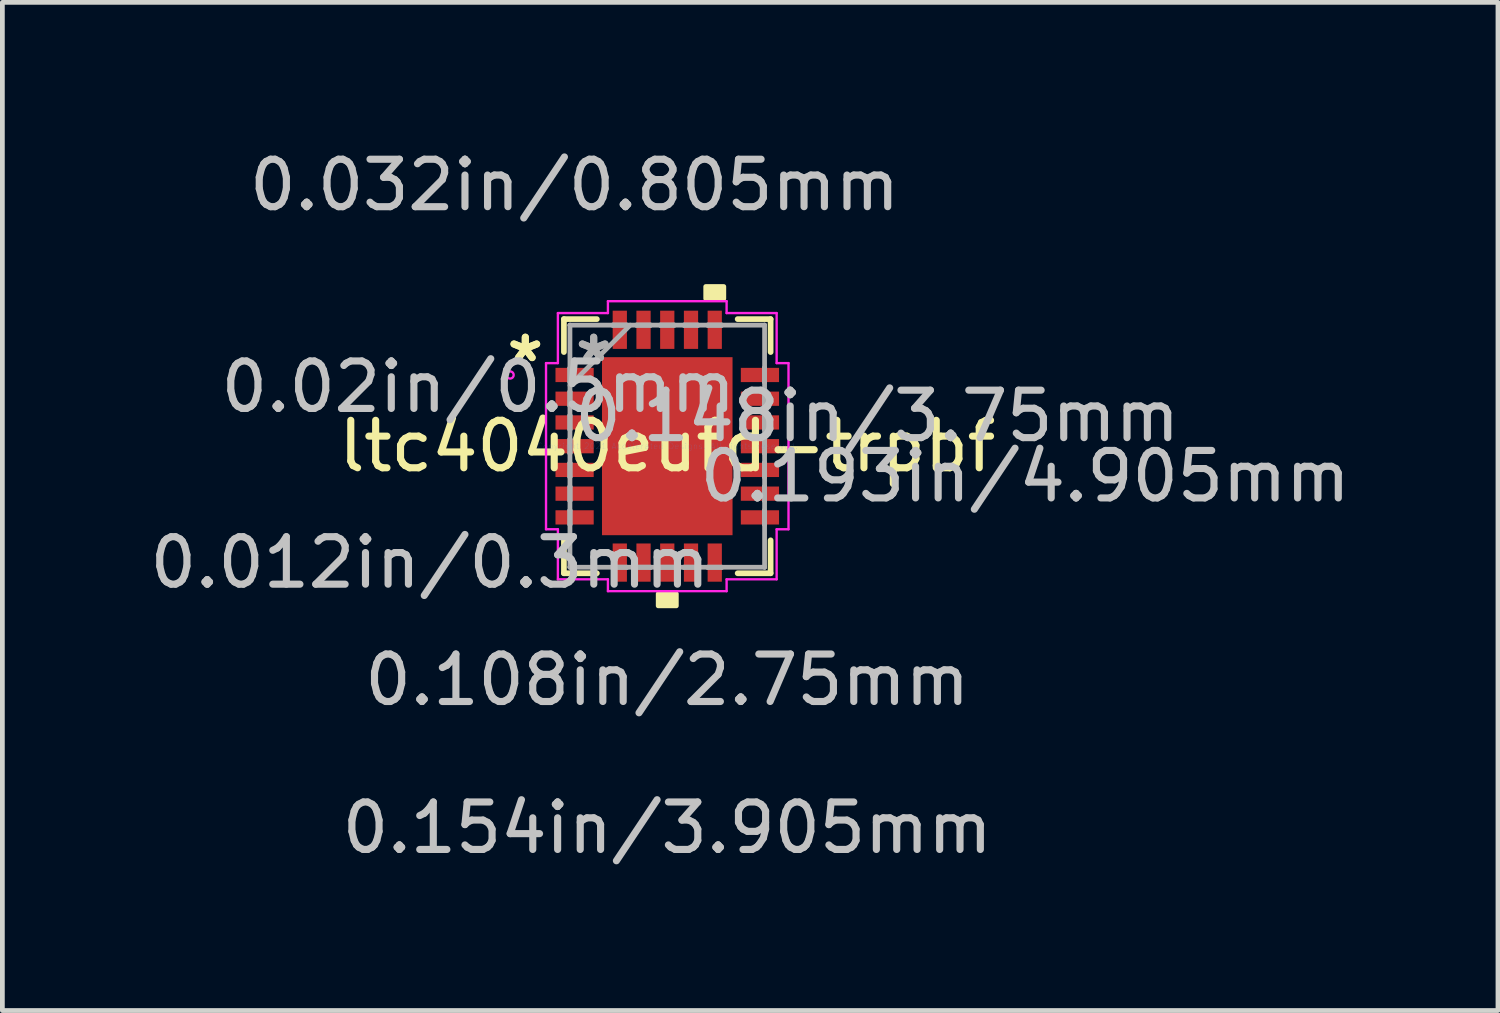
<source format=kicad_pcb>
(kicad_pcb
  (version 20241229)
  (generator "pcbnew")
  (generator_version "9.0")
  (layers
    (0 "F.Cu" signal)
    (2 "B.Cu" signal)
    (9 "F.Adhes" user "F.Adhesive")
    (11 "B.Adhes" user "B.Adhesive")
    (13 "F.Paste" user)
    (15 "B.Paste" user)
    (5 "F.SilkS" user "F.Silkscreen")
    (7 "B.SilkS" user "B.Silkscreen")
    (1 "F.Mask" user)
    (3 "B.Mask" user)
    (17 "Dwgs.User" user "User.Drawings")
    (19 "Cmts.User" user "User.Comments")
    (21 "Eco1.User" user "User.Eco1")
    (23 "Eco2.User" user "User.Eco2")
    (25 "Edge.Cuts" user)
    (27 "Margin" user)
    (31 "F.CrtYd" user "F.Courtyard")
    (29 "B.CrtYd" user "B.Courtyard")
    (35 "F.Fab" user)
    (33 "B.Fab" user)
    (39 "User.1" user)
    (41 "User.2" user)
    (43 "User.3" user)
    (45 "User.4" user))
  (footprint "ltc4040eufd-trpbf"
    (layer "F.Cu")
    (at 11.006 6.349)
    (property "Reference" "ltc4040eufd-trpbf" (at 0 0 0) (layer "F.SilkS") (effects (font (size 1 1) (thickness 0.15))))
    (attr through_hole)
    (fp_line (start -2.177 -2.677) (end -2.177 -1.983) (stroke (width 0.12) (type solid)) (layer "F.SilkS"))
    (fp_line (start -2.177 1.983) (end -2.177 2.677) (stroke (width 0.12) (type solid)) (layer "F.SilkS"))
    (fp_line (start -2.177 2.677) (end -1.483 2.677) (stroke (width 0.12) (type solid)) (layer "F.SilkS"))
    (fp_line (start -1.483 -2.677) (end -2.177 -2.677) (stroke (width 0.12) (type solid)) (layer "F.SilkS"))
    (fp_line (start 1.483 2.677) (end 2.177 2.677) (stroke (width 0.12) (type solid)) (layer "F.SilkS"))
    (fp_line (start 2.177 -2.677) (end 1.483 -2.677) (stroke (width 0.12) (type solid)) (layer "F.SilkS"))
    (fp_line (start 2.177 -1.983) (end 2.177 -2.677) (stroke (width 0.12) (type solid)) (layer "F.SilkS"))
    (fp_line (start 2.177 2.677) (end 2.177 1.983) (stroke (width 0.12) (type solid)) (layer "F.SilkS"))
    (fp_poly (pts (xy -0.191 3.109) (xy -0.191 3.363) (xy 0.191 3.363) (xy 0.191 3.109)) (stroke (width 0.1) (type solid)) (fill yes) (layer "F.SilkS"))
    (fp_poly (pts (xy 0.81 -3.109) (xy 0.81 -3.363) (xy 1.191 -3.363) (xy 1.191 -3.109)) (stroke (width 0.1) (type solid)) (fill yes) (layer "F.SilkS"))
    (fp_poly (pts (xy -1.275 -1.775) (xy -1.275 -0.1) (xy -0.1 -0.1) (xy -0.1 -1.775)) (stroke (width 0.1) (type solid)) (fill yes) (layer "F.Paste"))
    (fp_poly (pts (xy -1.275 0.1) (xy -1.275 1.775) (xy -0.1 1.775) (xy -0.1 0.1)) (stroke (width 0.1) (type solid)) (fill yes) (layer "F.Paste"))
    (fp_poly (pts (xy 0.1 -1.775) (xy 0.1 -0.1) (xy 1.275 -0.1) (xy 1.275 -1.775)) (stroke (width 0.1) (type solid)) (fill yes) (layer "F.Paste"))
    (fp_poly (pts (xy 0.1 0.1) (xy 0.1 1.775) (xy 1.275 1.775) (xy 1.275 0.1)) (stroke (width 0.1) (type solid)) (fill yes) (layer "F.Paste"))
    (fp_line (start -2.554 -1.75) (end -2.304 -1.75) (stroke (width 0.05) (type solid)) (layer "F.CrtYd"))
    (fp_line (start -2.554 1.75) (end -2.554 -1.75) (stroke (width 0.05) (type solid)) (layer "F.CrtYd"))
    (fp_line (start -2.304 -2.804) (end -1.25 -2.804) (stroke (width 0.05) (type solid)) (layer "F.CrtYd"))
    (fp_line (start -2.304 -1.75) (end -2.304 -2.804) (stroke (width 0.05) (type solid)) (layer "F.CrtYd"))
    (fp_line (start -2.304 1.75) (end -2.554 1.75) (stroke (width 0.05) (type solid)) (layer "F.CrtYd"))
    (fp_line (start -2.304 2.804) (end -2.304 1.75) (stroke (width 0.05) (type solid)) (layer "F.CrtYd"))
    (fp_line (start -1.25 -3.054) (end 1.25 -3.054) (stroke (width 0.05) (type solid)) (layer "F.CrtYd"))
    (fp_line (start -1.25 -2.804) (end -1.25 -3.054) (stroke (width 0.05) (type solid)) (layer "F.CrtYd"))
    (fp_line (start -1.25 2.804) (end -2.304 2.804) (stroke (width 0.05) (type solid)) (layer "F.CrtYd"))
    (fp_line (start -1.25 3.054) (end -1.25 2.804) (stroke (width 0.05) (type solid)) (layer "F.CrtYd"))
    (fp_line (start 1.25 -3.054) (end 1.25 -2.804) (stroke (width 0.05) (type solid)) (layer "F.CrtYd"))
    (fp_line (start 1.25 -2.804) (end 2.304 -2.804) (stroke (width 0.05) (type solid)) (layer "F.CrtYd"))
    (fp_line (start 1.25 2.804) (end 1.25 3.054) (stroke (width 0.05) (type solid)) (layer "F.CrtYd"))
    (fp_line (start 1.25 3.054) (end -1.25 3.054) (stroke (width 0.05) (type solid)) (layer "F.CrtYd"))
    (fp_line (start 2.304 -2.804) (end 2.304 -1.75) (stroke (width 0.05) (type solid)) (layer "F.CrtYd"))
    (fp_line (start 2.304 -1.75) (end 2.554 -1.75) (stroke (width 0.05) (type solid)) (layer "F.CrtYd"))
    (fp_line (start 2.304 1.75) (end 2.304 2.804) (stroke (width 0.05) (type solid)) (layer "F.CrtYd"))
    (fp_line (start 2.304 2.804) (end 1.25 2.804) (stroke (width 0.05) (type solid)) (layer "F.CrtYd"))
    (fp_line (start 2.554 -1.75) (end 2.554 1.75) (stroke (width 0.05) (type solid)) (layer "F.CrtYd"))
    (fp_line (start 2.554 1.75) (end 2.304 1.75) (stroke (width 0.05) (type solid)) (layer "F.CrtYd"))
    (fp_circle (center -3.311 -1.5) (end -3.235 -1.5) (stroke (width 0.05) (type solid)) (fill no) (layer "F.CrtYd"))
    (fp_line (start -2.05 -2.55) (end -2.05 -2.55) (stroke (width 0.1) (type solid)) (layer "F.Fab"))
    (fp_line (start -2.05 -2.55) (end -2.05 2.55) (stroke (width 0.1) (type solid)) (layer "F.Fab"))
    (fp_line (start -2.05 -1.65) (end -2.05 -1.65) (stroke (width 0.1) (type solid)) (layer "F.Fab"))
    (fp_line (start -2.05 -1.65) (end -2.05 -1.35) (stroke (width 0.1) (type solid)) (layer "F.Fab"))
    (fp_line (start -2.05 -1.35) (end -2.05 -1.65) (stroke (width 0.1) (type solid)) (layer "F.Fab"))
    (fp_line (start -2.05 -1.35) (end -2.05 -1.35) (stroke (width 0.1) (type solid)) (layer "F.Fab"))
    (fp_line (start -2.05 -1.28) (end -0.78 -2.55) (stroke (width 0.1) (type solid)) (layer "F.Fab"))
    (fp_line (start -2.05 -1.15) (end -2.05 -1.15) (stroke (width 0.1) (type solid)) (layer "F.Fab"))
    (fp_line (start -2.05 -1.15) (end -2.05 -0.85) (stroke (width 0.1) (type solid)) (layer "F.Fab"))
    (fp_line (start -2.05 -0.85) (end -2.05 -1.15) (stroke (width 0.1) (type solid)) (layer "F.Fab"))
    (fp_line (start -2.05 -0.85) (end -2.05 -0.85) (stroke (width 0.1) (type solid)) (layer "F.Fab"))
    (fp_line (start -2.05 -0.65) (end -2.05 -0.65) (stroke (width 0.1) (type solid)) (layer "F.Fab"))
    (fp_line (start -2.05 -0.65) (end -2.05 -0.35) (stroke (width 0.1) (type solid)) (layer "F.Fab"))
    (fp_line (start -2.05 -0.35) (end -2.05 -0.65) (stroke (width 0.1) (type solid)) (layer "F.Fab"))
    (fp_line (start -2.05 -0.35) (end -2.05 -0.35) (stroke (width 0.1) (type solid)) (layer "F.Fab"))
    (fp_line (start -2.05 -0.15) (end -2.05 -0.15) (stroke (width 0.1) (type solid)) (layer "F.Fab"))
    (fp_line (start -2.05 -0.15) (end -2.05 0.15) (stroke (width 0.1) (type solid)) (layer "F.Fab"))
    (fp_line (start -2.05 0.15) (end -2.05 -0.15) (stroke (width 0.1) (type solid)) (layer "F.Fab"))
    (fp_line (start -2.05 0.15) (end -2.05 0.15) (stroke (width 0.1) (type solid)) (layer "F.Fab"))
    (fp_line (start -2.05 0.35) (end -2.05 0.35) (stroke (width 0.1) (type solid)) (layer "F.Fab"))
    (fp_line (start -2.05 0.35) (end -2.05 0.65) (stroke (width 0.1) (type solid)) (layer "F.Fab"))
    (fp_line (start -2.05 0.65) (end -2.05 0.35) (stroke (width 0.1) (type solid)) (layer "F.Fab"))
    (fp_line (start -2.05 0.65) (end -2.05 0.65) (stroke (width 0.1) (type solid)) (layer "F.Fab"))
    (fp_line (start -2.05 0.85) (end -2.05 0.85) (stroke (width 0.1) (type solid)) (layer "F.Fab"))
    (fp_line (start -2.05 0.85) (end -2.05 1.15) (stroke (width 0.1) (type solid)) (layer "F.Fab"))
    (fp_line (start -2.05 1.15) (end -2.05 0.85) (stroke (width 0.1) (type solid)) (layer "F.Fab"))
    (fp_line (start -2.05 1.15) (end -2.05 1.15) (stroke (width 0.1) (type solid)) (layer "F.Fab"))
    (fp_line (start -2.05 1.35) (end -2.05 1.35) (stroke (width 0.1) (type solid)) (layer "F.Fab"))
    (fp_line (start -2.05 1.35) (end -2.05 1.65) (stroke (width 0.1) (type solid)) (layer "F.Fab"))
    (fp_line (start -2.05 1.65) (end -2.05 1.35) (stroke (width 0.1) (type solid)) (layer "F.Fab"))
    (fp_line (start -2.05 1.65) (end -2.05 1.65) (stroke (width 0.1) (type solid)) (layer "F.Fab"))
    (fp_line (start -2.05 2.55) (end -2.05 2.55) (stroke (width 0.1) (type solid)) (layer "F.Fab"))
    (fp_line (start -2.05 2.55) (end 2.05 2.55) (stroke (width 0.1) (type solid)) (layer "F.Fab"))
    (fp_line (start -1.15 -2.55) (end -1.15 -2.55) (stroke (width 0.1) (type solid)) (layer "F.Fab"))
    (fp_line (start -1.15 -2.55) (end -0.85 -2.55) (stroke (width 0.1) (type solid)) (layer "F.Fab"))
    (fp_line (start -1.15 2.55) (end -1.15 2.55) (stroke (width 0.1) (type solid)) (layer "F.Fab"))
    (fp_line (start -1.15 2.55) (end -0.85 2.55) (stroke (width 0.1) (type solid)) (layer "F.Fab"))
    (fp_line (start -0.85 -2.55) (end -1.15 -2.55) (stroke (width 0.1) (type solid)) (layer "F.Fab"))
    (fp_line (start -0.85 -2.55) (end -0.85 -2.55) (stroke (width 0.1) (type solid)) (layer "F.Fab"))
    (fp_line (start -0.85 2.55) (end -1.15 2.55) (stroke (width 0.1) (type solid)) (layer "F.Fab"))
    (fp_line (start -0.85 2.55) (end -0.85 2.55) (stroke (width 0.1) (type solid)) (layer "F.Fab"))
    (fp_line (start -0.65 -2.55) (end -0.65 -2.55) (stroke (width 0.1) (type solid)) (layer "F.Fab"))
    (fp_line (start -0.65 -2.55) (end -0.35 -2.55) (stroke (width 0.1) (type solid)) (layer "F.Fab"))
    (fp_line (start -0.65 2.55) (end -0.65 2.55) (stroke (width 0.1) (type solid)) (layer "F.Fab"))
    (fp_line (start -0.65 2.55) (end -0.35 2.55) (stroke (width 0.1) (type solid)) (layer "F.Fab"))
    (fp_line (start -0.35 -2.55) (end -0.65 -2.55) (stroke (width 0.1) (type solid)) (layer "F.Fab"))
    (fp_line (start -0.35 -2.55) (end -0.35 -2.55) (stroke (width 0.1) (type solid)) (layer "F.Fab"))
    (fp_line (start -0.35 2.55) (end -0.65 2.55) (stroke (width 0.1) (type solid)) (layer "F.Fab"))
    (fp_line (start -0.35 2.55) (end -0.35 2.55) (stroke (width 0.1) (type solid)) (layer "F.Fab"))
    (fp_line (start -0.15 -2.55) (end -0.15 -2.55) (stroke (width 0.1) (type solid)) (layer "F.Fab"))
    (fp_line (start -0.15 -2.55) (end 0.15 -2.55) (stroke (width 0.1) (type solid)) (layer "F.Fab"))
    (fp_line (start -0.15 2.55) (end -0.15 2.55) (stroke (width 0.1) (type solid)) (layer "F.Fab"))
    (fp_line (start -0.15 2.55) (end 0.15 2.55) (stroke (width 0.1) (type solid)) (layer "F.Fab"))
    (fp_line (start 0.15 -2.55) (end -0.15 -2.55) (stroke (width 0.1) (type solid)) (layer "F.Fab"))
    (fp_line (start 0.15 -2.55) (end 0.15 -2.55) (stroke (width 0.1) (type solid)) (layer "F.Fab"))
    (fp_line (start 0.15 2.55) (end -0.15 2.55) (stroke (width 0.1) (type solid)) (layer "F.Fab"))
    (fp_line (start 0.15 2.55) (end 0.15 2.55) (stroke (width 0.1) (type solid)) (layer "F.Fab"))
    (fp_line (start 0.35 -2.55) (end 0.35 -2.55) (stroke (width 0.1) (type solid)) (layer "F.Fab"))
    (fp_line (start 0.35 -2.55) (end 0.65 -2.55) (stroke (width 0.1) (type solid)) (layer "F.Fab"))
    (fp_line (start 0.35 2.55) (end 0.35 2.55) (stroke (width 0.1) (type solid)) (layer "F.Fab"))
    (fp_line (start 0.35 2.55) (end 0.65 2.55) (stroke (width 0.1) (type solid)) (layer "F.Fab"))
    (fp_line (start 0.65 -2.55) (end 0.35 -2.55) (stroke (width 0.1) (type solid)) (layer "F.Fab"))
    (fp_line (start 0.65 -2.55) (end 0.65 -2.55) (stroke (width 0.1) (type solid)) (layer "F.Fab"))
    (fp_line (start 0.65 2.55) (end 0.35 2.55) (stroke (width 0.1) (type solid)) (layer "F.Fab"))
    (fp_line (start 0.65 2.55) (end 0.65 2.55) (stroke (width 0.1) (type solid)) (layer "F.Fab"))
    (fp_line (start 0.85 -2.55) (end 0.85 -2.55) (stroke (width 0.1) (type solid)) (layer "F.Fab"))
    (fp_line (start 0.85 -2.55) (end 1.15 -2.55) (stroke (width 0.1) (type solid)) (layer "F.Fab"))
    (fp_line (start 0.85 2.55) (end 0.85 2.55) (stroke (width 0.1) (type solid)) (layer "F.Fab"))
    (fp_line (start 0.85 2.55) (end 1.15 2.55) (stroke (width 0.1) (type solid)) (layer "F.Fab"))
    (fp_line (start 1.15 -2.55) (end 0.85 -2.55) (stroke (width 0.1) (type solid)) (layer "F.Fab"))
    (fp_line (start 1.15 -2.55) (end 1.15 -2.55) (stroke (width 0.1) (type solid)) (layer "F.Fab"))
    (fp_line (start 1.15 2.55) (end 0.85 2.55) (stroke (width 0.1) (type solid)) (layer "F.Fab"))
    (fp_line (start 1.15 2.55) (end 1.15 2.55) (stroke (width 0.1) (type solid)) (layer "F.Fab"))
    (fp_line (start 2.05 -2.55) (end -2.05 -2.55) (stroke (width 0.1) (type solid)) (layer "F.Fab"))
    (fp_line (start 2.05 -2.55) (end 2.05 -2.55) (stroke (width 0.1) (type solid)) (layer "F.Fab"))
    (fp_line (start 2.05 -1.65) (end 2.05 -1.65) (stroke (width 0.1) (type solid)) (layer "F.Fab"))
    (fp_line (start 2.05 -1.65) (end 2.05 -1.35) (stroke (width 0.1) (type solid)) (layer "F.Fab"))
    (fp_line (start 2.05 -1.35) (end 2.05 -1.65) (stroke (width 0.1) (type solid)) (layer "F.Fab"))
    (fp_line (start 2.05 -1.35) (end 2.05 -1.35) (stroke (width 0.1) (type solid)) (layer "F.Fab"))
    (fp_line (start 2.05 -1.15) (end 2.05 -1.15) (stroke (width 0.1) (type solid)) (layer "F.Fab"))
    (fp_line (start 2.05 -1.15) (end 2.05 -0.85) (stroke (width 0.1) (type solid)) (layer "F.Fab"))
    (fp_line (start 2.05 -0.85) (end 2.05 -1.15) (stroke (width 0.1) (type solid)) (layer "F.Fab"))
    (fp_line (start 2.05 -0.85) (end 2.05 -0.85) (stroke (width 0.1) (type solid)) (layer "F.Fab"))
    (fp_line (start 2.05 -0.65) (end 2.05 -0.65) (stroke (width 0.1) (type solid)) (layer "F.Fab"))
    (fp_line (start 2.05 -0.65) (end 2.05 -0.35) (stroke (width 0.1) (type solid)) (layer "F.Fab"))
    (fp_line (start 2.05 -0.35) (end 2.05 -0.65) (stroke (width 0.1) (type solid)) (layer "F.Fab"))
    (fp_line (start 2.05 -0.35) (end 2.05 -0.35) (stroke (width 0.1) (type solid)) (layer "F.Fab"))
    (fp_line (start 2.05 -0.15) (end 2.05 -0.15) (stroke (width 0.1) (type solid)) (layer "F.Fab"))
    (fp_line (start 2.05 -0.15) (end 2.05 0.15) (stroke (width 0.1) (type solid)) (layer "F.Fab"))
    (fp_line (start 2.05 0.15) (end 2.05 -0.15) (stroke (width 0.1) (type solid)) (layer "F.Fab"))
    (fp_line (start 2.05 0.15) (end 2.05 0.15) (stroke (width 0.1) (type solid)) (layer "F.Fab"))
    (fp_line (start 2.05 0.35) (end 2.05 0.35) (stroke (width 0.1) (type solid)) (layer "F.Fab"))
    (fp_line (start 2.05 0.35) (end 2.05 0.65) (stroke (width 0.1) (type solid)) (layer "F.Fab"))
    (fp_line (start 2.05 0.65) (end 2.05 0.35) (stroke (width 0.1) (type solid)) (layer "F.Fab"))
    (fp_line (start 2.05 0.65) (end 2.05 0.65) (stroke (width 0.1) (type solid)) (layer "F.Fab"))
    (fp_line (start 2.05 0.85) (end 2.05 0.85) (stroke (width 0.1) (type solid)) (layer "F.Fab"))
    (fp_line (start 2.05 0.85) (end 2.05 1.15) (stroke (width 0.1) (type solid)) (layer "F.Fab"))
    (fp_line (start 2.05 1.15) (end 2.05 0.85) (stroke (width 0.1) (type solid)) (layer "F.Fab"))
    (fp_line (start 2.05 1.15) (end 2.05 1.15) (stroke (width 0.1) (type solid)) (layer "F.Fab"))
    (fp_line (start 2.05 1.35) (end 2.05 1.35) (stroke (width 0.1) (type solid)) (layer "F.Fab"))
    (fp_line (start 2.05 1.35) (end 2.05 1.65) (stroke (width 0.1) (type solid)) (layer "F.Fab"))
    (fp_line (start 2.05 1.65) (end 2.05 1.35) (stroke (width 0.1) (type solid)) (layer "F.Fab"))
    (fp_line (start 2.05 1.65) (end 2.05 1.65) (stroke (width 0.1) (type solid)) (layer "F.Fab"))
    (fp_line (start 2.05 2.55) (end 2.05 -2.55) (stroke (width 0.1) (type solid)) (layer "F.Fab"))
    (fp_line (start 2.05 2.55) (end 2.05 2.55) (stroke (width 0.1) (type solid)) (layer "F.Fab"))
    (fp_text user "*" (at -2.99 -1.75 0) (layer "F.SilkS") (effects (font (size 1 1) (thickness 0.15))))
    (fp_text user "*" (at -2.99 -1.75 0) (layer "F.SilkS") (effects (font (size 1 1) (thickness 0.15))))
    (fp_text user "0.012in/0.3mm" (at -5 2.452 0) (layer "Dwgs.User") (effects (font (size 1 1) (thickness 0.15))))
    (fp_text user "0.148in/3.75mm" (at 4.423 -0.635 0) (layer "Dwgs.User") (effects (font (size 1 1) (thickness 0.15))))
    (fp_text user "0.108in/2.75mm" (at 0 4.923 0) (layer "Dwgs.User") (effects (font (size 1 1) (thickness 0.15))))
    (fp_text user "0.193in/4.905mm" (at 7.54 0.635 0) (layer "Dwgs.User") (effects (font (size 1 1) (thickness 0.15))))
    (fp_text user "0.02in/0.5mm" (at -3.98 -1.25 0) (layer "Dwgs.User") (effects (font (size 1 1) (thickness 0.15))))
    (fp_text user "0.032in/0.805mm" (at -1.952 -5.5 0) (layer "Dwgs.User") (effects (font (size 1 1) (thickness 0.15))))
    (fp_text user "0.154in/3.905mm" (at 0 8.04 0) (layer "Dwgs.User") (effects (font (size 1 1) (thickness 0.15))))
    (fp_text user "Copyright 2021 Accelerated Designs. All rights reserved." (at 0 0 0) (layer "Cmts.User") (effects (font (size 0.127 0.127) (thickness 0.002))))
    (fp_text user "*" (at -1.55 -1.75 0) (layer "F.Fab") (effects (font (size 1 1) (thickness 0.15))))
    (fp_text user "*" (at -1.55 -1.75 0) (layer "F.Fab") (effects (font (size 1 1) (thickness 0.15))))
    (pad "1" smd rect (at -1.952 -1.5 90) (size 0.3 0.805) (layers "F.Cu" "F.Mask" "F.Paste"))
    (pad "2" smd rect (at -1.952 -1 90) (size 0.3 0.805) (layers "F.Cu" "F.Mask" "F.Paste"))
    (pad "3" smd rect (at -1.952 -0.5 90) (size 0.3 0.805) (layers "F.Cu" "F.Mask" "F.Paste"))
    (pad "4" smd rect (at -1.952 0 90) (size 0.3 0.805) (layers "F.Cu" "F.Mask" "F.Paste"))
    (pad "5" smd rect (at -1.952 0.5 90) (size 0.3 0.805) (layers "F.Cu" "F.Mask" "F.Paste"))
    (pad "6" smd rect (at -1.952 1 90) (size 0.3 0.805) (layers "F.Cu" "F.Mask" "F.Paste"))
    (pad "7" smd rect (at -1.952 1.5 90) (size 0.3 0.805) (layers "F.Cu" "F.Mask" "F.Paste"))
    (pad "8" smd rect (at -1 2.452) (size 0.3 0.805) (layers "F.Cu" "F.Mask" "F.Paste"))
    (pad "9" smd rect (at -0.5 2.452) (size 0.3 0.805) (layers "F.Cu" "F.Mask" "F.Paste"))
    (pad "10" smd rect (at 0 2.452) (size 0.3 0.805) (layers "F.Cu" "F.Mask" "F.Paste"))
    (pad "11" smd rect (at 0.5 2.452) (size 0.3 0.805) (layers "F.Cu" "F.Mask" "F.Paste"))
    (pad "12" smd rect (at 1 2.452) (size 0.3 0.805) (layers "F.Cu" "F.Mask" "F.Paste"))
    (pad "13" smd rect (at 1.952 1.5 90) (size 0.3 0.805) (layers "F.Cu" "F.Mask" "F.Paste"))
    (pad "14" smd rect (at 1.952 1 90) (size 0.3 0.805) (layers "F.Cu" "F.Mask" "F.Paste"))
    (pad "15" smd rect (at 1.952 0.5 90) (size 0.3 0.805) (layers "F.Cu" "F.Mask" "F.Paste"))
    (pad "16" smd rect (at 1.952 0 90) (size 0.3 0.805) (layers "F.Cu" "F.Mask" "F.Paste"))
    (pad "17" smd rect (at 1.952 -0.5 90) (size 0.3 0.805) (layers "F.Cu" "F.Mask" "F.Paste"))
    (pad "18" smd rect (at 1.952 -1 90) (size 0.3 0.805) (layers "F.Cu" "F.Mask" "F.Paste"))
    (pad "19" smd rect (at 1.952 -1.5 90) (size 0.3 0.805) (layers "F.Cu" "F.Mask" "F.Paste"))
    (pad "20" smd rect (at 1 -2.452) (size 0.3 0.805) (layers "F.Cu" "F.Mask" "F.Paste"))
    (pad "21" smd rect (at 0.5 -2.452) (size 0.3 0.805) (layers "F.Cu" "F.Mask" "F.Paste"))
    (pad "22" smd rect (at 0 -2.452) (size 0.3 0.805) (layers "F.Cu" "F.Mask" "F.Paste"))
    (pad "23" smd rect (at -0.5 -2.452) (size 0.3 0.805) (layers "F.Cu" "F.Mask" "F.Paste"))
    (pad "24" smd rect (at -1 -2.452) (size 0.3 0.805) (layers "F.Cu" "F.Mask" "F.Paste"))
    (pad "25" smd rect (at 0 0) (size 2.75 3.75) (layers "F.Cu" "F.Mask")))
  (gr_rect
    (start -3 -3)
    (end 28.505 18.237)
    (stroke (width 0.1) (type default))
    (fill no)
    (layer "Edge.Cuts")))
</source>
